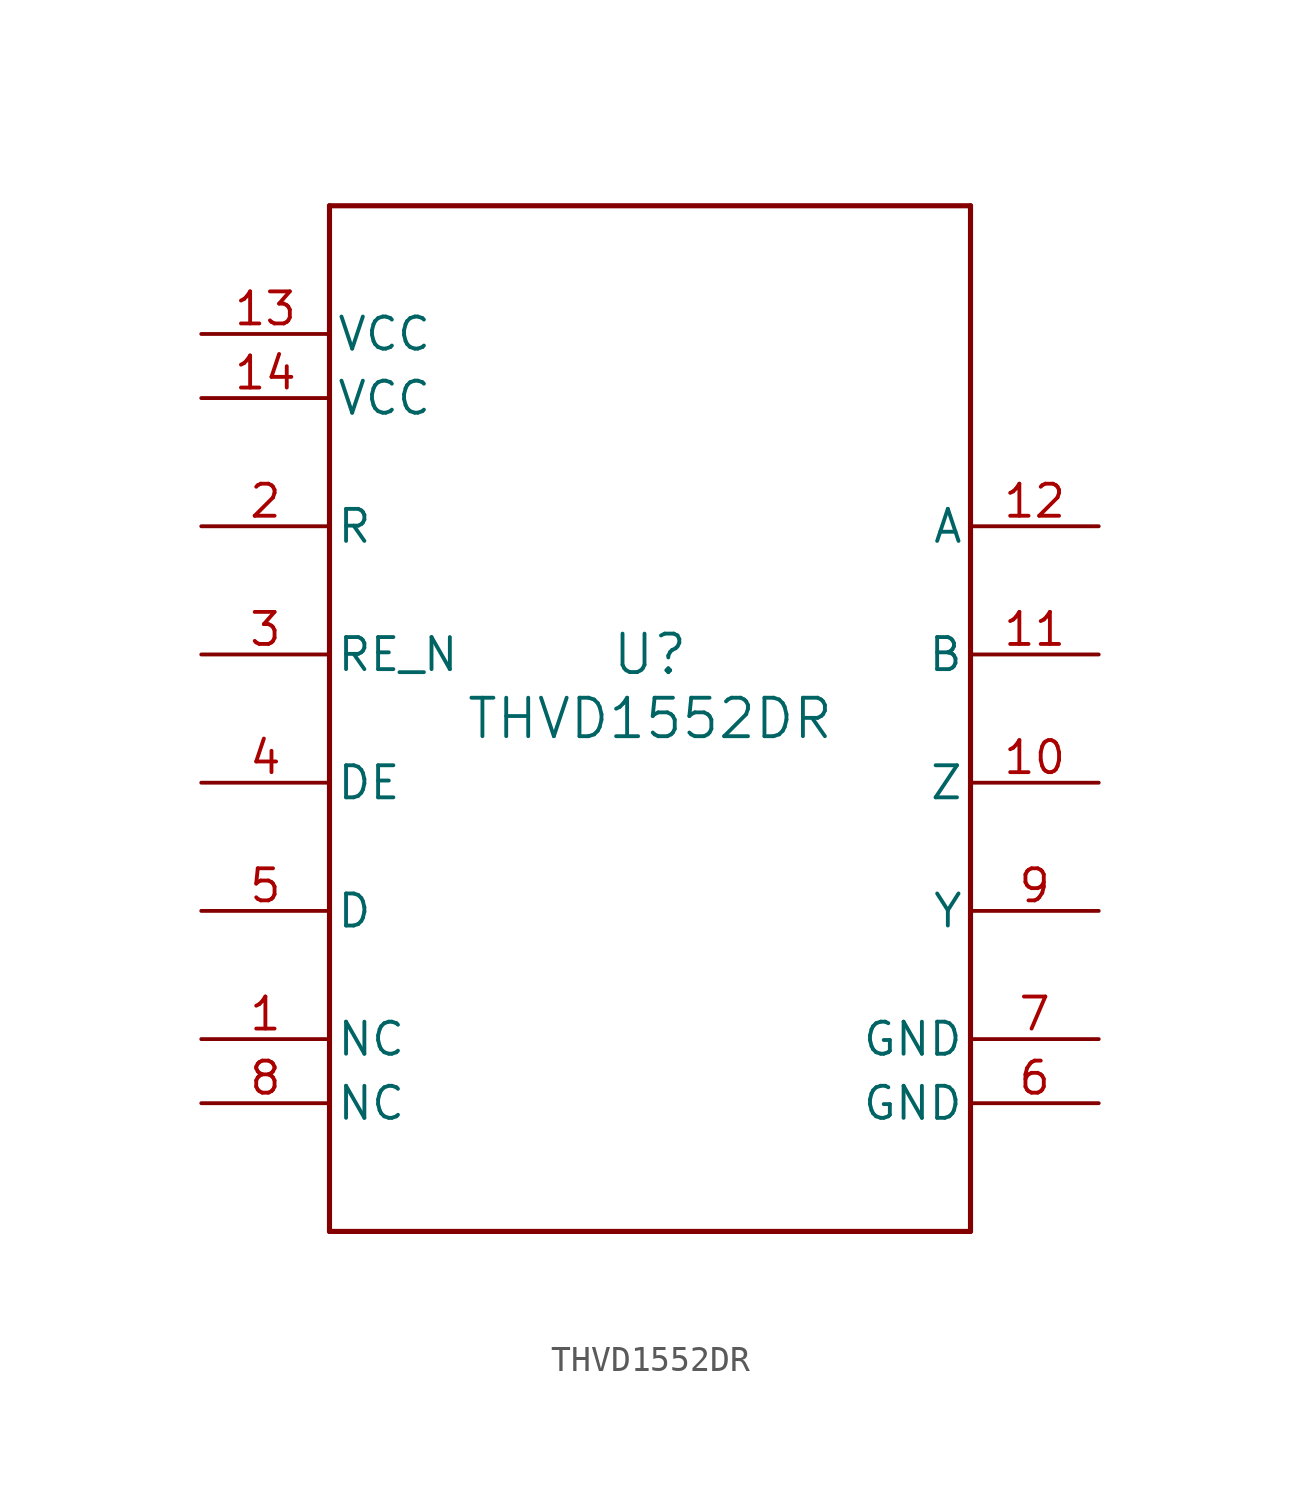
<source format=kicad_sym>
(kicad_symbol_lib
  (version 20211014)
  (generator kicad_symbol_editor)
  (symbol "THVD1552DR"
    (pin_names
      (offset 0.254))
    (property "Reference" "U"
      (at 0 2.54 0)
      (effects (font (size 1.524 1.524))))
    (property "Value" "THVD1552DR"
      (at 0 0 0)
      (effects (font (size 1.524 1.524))))
    (symbol "THVD1552DR_0_1"
      (polyline (pts (xy -12.7 -20.32) (xy 12.7 -20.32)) (stroke (width 0.203) (type default) (color 0 0 0 0)) (fill (type none)))
      (polyline (pts (xy 12.7 -20.32) (xy 12.7 20.32)) (stroke (width 0.203) (type default) (color 0 0 0 0)) (fill (type none)))
      (polyline (pts (xy 12.7 20.32) (xy -12.7 20.32)) (stroke (width 0.203) (type default) (color 0 0 0 0)) (fill (type none)))
      (polyline (pts (xy -12.7 20.32) (xy -12.7 -20.32)) (stroke (width 0.203) (type default) (color 0 0 0 0)) (fill (type none)))
      (pin unspecified line (at -17.78 -12.7 0) (length 5.08) (name "NC" (effects (font (size 1.27 1.27)))) (number "1" (effects (font (size 1.27 1.27)))))
      (pin output line (at -17.78 7.62 0) (length 5.08) (name "R" (effects (font (size 1.27 1.27)))) (number "2" (effects (font (size 1.27 1.27)))))
      (pin input line (at -17.78 2.54 0) (length 5.08) (name "RE_N" (effects (font (size 1.27 1.27)))) (number "3" (effects (font (size 1.27 1.27)))))
      (pin input line (at -17.78 -2.54 0) (length 5.08) (name "DE" (effects (font (size 1.27 1.27)))) (number "4" (effects (font (size 1.27 1.27)))))
      (pin input line (at -17.78 -7.62 0) (length 5.08) (name "D" (effects (font (size 1.27 1.27)))) (number "5" (effects (font (size 1.27 1.27)))))
      (pin power_in line (at 17.78 -15.24 180) (length 5.08) (name "GND" (effects (font (size 1.27 1.27)))) (number "6" (effects (font (size 1.27 1.27)))))
      (pin power_in line (at 17.78 -12.7 180) (length 5.08) (name "GND" (effects (font (size 1.27 1.27)))) (number "7" (effects (font (size 1.27 1.27)))))
      (pin unspecified line (at -17.78 -15.24 0) (length 5.08) (name "NC" (effects (font (size 1.27 1.27)))) (number "8" (effects (font (size 1.27 1.27)))))
      (pin output line (at 17.78 -7.62 180) (length 5.08) (name "Y" (effects (font (size 1.27 1.27)))) (number "9" (effects (font (size 1.27 1.27)))))
      (pin output line (at 17.78 -2.54 180) (length 5.08) (name "Z" (effects (font (size 1.27 1.27)))) (number "10" (effects (font (size 1.27 1.27)))))
      (pin input line (at 17.78 2.54 180) (length 5.08) (name "B" (effects (font (size 1.27 1.27)))) (number "11" (effects (font (size 1.27 1.27)))))
      (pin input line (at 17.78 7.62 180) (length 5.08) (name "A" (effects (font (size 1.27 1.27)))) (number "12" (effects (font (size 1.27 1.27)))))
      (pin power_in line (at -17.78 15.24 0) (length 5.08) (name "VCC" (effects (font (size 1.27 1.27)))) (number "13" (effects (font (size 1.27 1.27)))))
      (pin power_in line (at -17.78 12.7 0) (length 5.08) (name "VCC" (effects (font (size 1.27 1.27)))) (number "14" (effects (font (size 1.27 1.27))))))))
</source>
